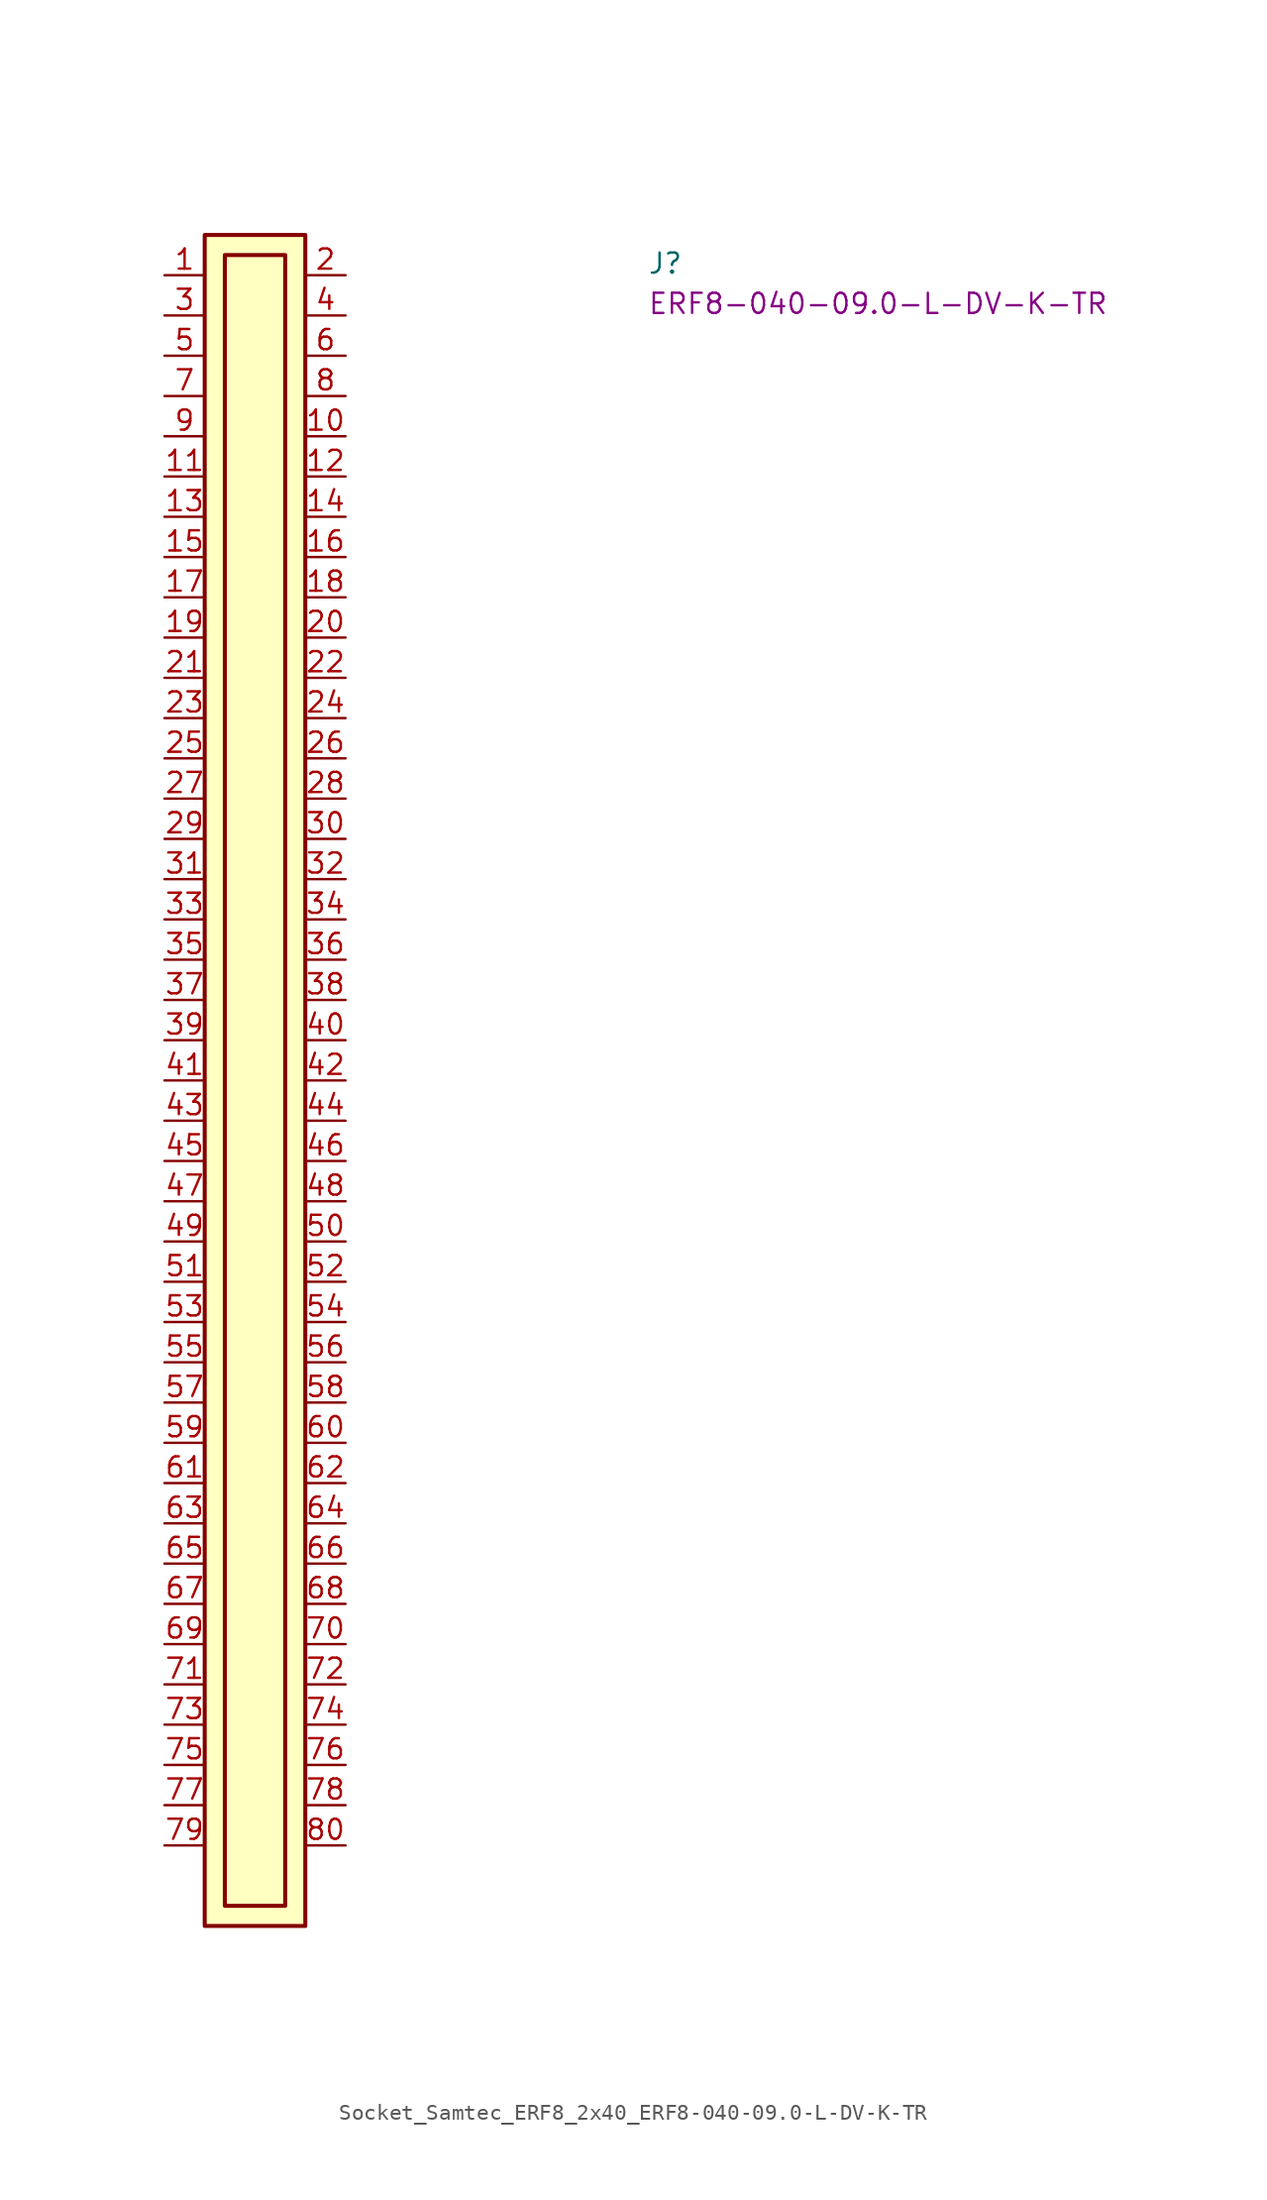
<source format=kicad_sym>
(kicad_symbol_lib
  (version 20220914)
  (generator kicad_symbol_editor)
  (symbol "Socket_Samtec_ERF8_2x40_ERF8-040-09.0-L-DV-K-TR"
    (pin_names hide)
    (property "Reference" "J"
      (at 30.48 0 0)
      (effects (font (size 1.27 1.27) (thickness 0.15)) (justify left bottom)))
    (property "MPN" "ERF8-040-09.0-L-DV-K-TR"
      (at 30.48 -2.54 0)
      (effects (font (size 1.27 1.27) (thickness 0.15)) (justify left bottom)))
    (symbol "Socket_Samtec_ERF8_2x40_ERF8-040-09.0-L-DV-K-TR_1_1"
      (rectangle (start 2.54 2.54) (end 8.89 -104.14) (stroke (width 0.254) (type default)) (fill (type background)))
      (rectangle (start 3.81 1.27) (end 7.62 -102.87) (stroke (width 0.254) (type default)) (fill (type background)))
      (pin passive line (at 0 0 0) (length 2.54) (name "~" (effects (font (size 1.27 1.27)))) (number "1" (effects (font (size 1.27 1.27)))))
      (pin passive line (at 11.43 -10.16 180) (length 2.54) (name "~" (effects (font (size 1.27 1.27)))) (number "10" (effects (font (size 1.27 1.27)))))
      (pin passive line (at 0 -12.7 0) (length 2.54) (name "~" (effects (font (size 1.27 1.27)))) (number "11" (effects (font (size 1.27 1.27)))))
      (pin passive line (at 11.43 -12.7 180) (length 2.54) (name "~" (effects (font (size 1.27 1.27)))) (number "12" (effects (font (size 1.27 1.27)))))
      (pin passive line (at 0 -15.24 0) (length 2.54) (name "~" (effects (font (size 1.27 1.27)))) (number "13" (effects (font (size 1.27 1.27)))))
      (pin passive line (at 11.43 -15.24 180) (length 2.54) (name "~" (effects (font (size 1.27 1.27)))) (number "14" (effects (font (size 1.27 1.27)))))
      (pin passive line (at 0 -17.78 0) (length 2.54) (name "~" (effects (font (size 1.27 1.27)))) (number "15" (effects (font (size 1.27 1.27)))))
      (pin passive line (at 11.43 -17.78 180) (length 2.54) (name "~" (effects (font (size 1.27 1.27)))) (number "16" (effects (font (size 1.27 1.27)))))
      (pin passive line (at 0 -20.32 0) (length 2.54) (name "~" (effects (font (size 1.27 1.27)))) (number "17" (effects (font (size 1.27 1.27)))))
      (pin passive line (at 11.43 -20.32 180) (length 2.54) (name "~" (effects (font (size 1.27 1.27)))) (number "18" (effects (font (size 1.27 1.27)))))
      (pin passive line (at 0 -22.86 0) (length 2.54) (name "~" (effects (font (size 1.27 1.27)))) (number "19" (effects (font (size 1.27 1.27)))))
      (pin passive line (at 11.43 0 180) (length 2.54) (name "~" (effects (font (size 1.27 1.27)))) (number "2" (effects (font (size 1.27 1.27)))))
      (pin passive line (at 11.43 -22.86 180) (length 2.54) (name "~" (effects (font (size 1.27 1.27)))) (number "20" (effects (font (size 1.27 1.27)))))
      (pin passive line (at 0 -25.4 0) (length 2.54) (name "~" (effects (font (size 1.27 1.27)))) (number "21" (effects (font (size 1.27 1.27)))))
      (pin passive line (at 11.43 -25.4 180) (length 2.54) (name "~" (effects (font (size 1.27 1.27)))) (number "22" (effects (font (size 1.27 1.27)))))
      (pin passive line (at 0 -27.94 0) (length 2.54) (name "~" (effects (font (size 1.27 1.27)))) (number "23" (effects (font (size 1.27 1.27)))))
      (pin passive line (at 11.43 -27.94 180) (length 2.54) (name "~" (effects (font (size 1.27 1.27)))) (number "24" (effects (font (size 1.27 1.27)))))
      (pin passive line (at 0 -30.48 0) (length 2.54) (name "~" (effects (font (size 1.27 1.27)))) (number "25" (effects (font (size 1.27 1.27)))))
      (pin passive line (at 11.43 -30.48 180) (length 2.54) (name "~" (effects (font (size 1.27 1.27)))) (number "26" (effects (font (size 1.27 1.27)))))
      (pin passive line (at 0 -33.02 0) (length 2.54) (name "~" (effects (font (size 1.27 1.27)))) (number "27" (effects (font (size 1.27 1.27)))))
      (pin passive line (at 11.43 -33.02 180) (length 2.54) (name "~" (effects (font (size 1.27 1.27)))) (number "28" (effects (font (size 1.27 1.27)))))
      (pin passive line (at 0 -35.56 0) (length 2.54) (name "~" (effects (font (size 1.27 1.27)))) (number "29" (effects (font (size 1.27 1.27)))))
      (pin passive line (at 0 -2.54 0) (length 2.54) (name "~" (effects (font (size 1.27 1.27)))) (number "3" (effects (font (size 1.27 1.27)))))
      (pin passive line (at 11.43 -35.56 180) (length 2.54) (name "~" (effects (font (size 1.27 1.27)))) (number "30" (effects (font (size 1.27 1.27)))))
      (pin passive line (at 0 -38.1 0) (length 2.54) (name "~" (effects (font (size 1.27 1.27)))) (number "31" (effects (font (size 1.27 1.27)))))
      (pin passive line (at 11.43 -38.1 180) (length 2.54) (name "~" (effects (font (size 1.27 1.27)))) (number "32" (effects (font (size 1.27 1.27)))))
      (pin passive line (at 0 -40.64 0) (length 2.54) (name "~" (effects (font (size 1.27 1.27)))) (number "33" (effects (font (size 1.27 1.27)))))
      (pin passive line (at 11.43 -40.64 180) (length 2.54) (name "~" (effects (font (size 1.27 1.27)))) (number "34" (effects (font (size 1.27 1.27)))))
      (pin passive line (at 0 -43.18 0) (length 2.54) (name "~" (effects (font (size 1.27 1.27)))) (number "35" (effects (font (size 1.27 1.27)))))
      (pin passive line (at 11.43 -43.18 180) (length 2.54) (name "~" (effects (font (size 1.27 1.27)))) (number "36" (effects (font (size 1.27 1.27)))))
      (pin passive line (at 0 -45.72 0) (length 2.54) (name "~" (effects (font (size 1.27 1.27)))) (number "37" (effects (font (size 1.27 1.27)))))
      (pin passive line (at 11.43 -45.72 180) (length 2.54) (name "~" (effects (font (size 1.27 1.27)))) (number "38" (effects (font (size 1.27 1.27)))))
      (pin passive line (at 0 -48.26 0) (length 2.54) (name "~" (effects (font (size 1.27 1.27)))) (number "39" (effects (font (size 1.27 1.27)))))
      (pin passive line (at 11.43 -2.54 180) (length 2.54) (name "~" (effects (font (size 1.27 1.27)))) (number "4" (effects (font (size 1.27 1.27)))))
      (pin passive line (at 11.43 -48.26 180) (length 2.54) (name "~" (effects (font (size 1.27 1.27)))) (number "40" (effects (font (size 1.27 1.27)))))
      (pin passive line (at 0 -50.8 0) (length 2.54) (name "~" (effects (font (size 1.27 1.27)))) (number "41" (effects (font (size 1.27 1.27)))))
      (pin passive line (at 11.43 -50.8 180) (length 2.54) (name "~" (effects (font (size 1.27 1.27)))) (number "42" (effects (font (size 1.27 1.27)))))
      (pin passive line (at 0 -53.34 0) (length 2.54) (name "~" (effects (font (size 1.27 1.27)))) (number "43" (effects (font (size 1.27 1.27)))))
      (pin passive line (at 11.43 -53.34 180) (length 2.54) (name "~" (effects (font (size 1.27 1.27)))) (number "44" (effects (font (size 1.27 1.27)))))
      (pin passive line (at 0 -55.88 0) (length 2.54) (name "~" (effects (font (size 1.27 1.27)))) (number "45" (effects (font (size 1.27 1.27)))))
      (pin passive line (at 11.43 -55.88 180) (length 2.54) (name "~" (effects (font (size 1.27 1.27)))) (number "46" (effects (font (size 1.27 1.27)))))
      (pin passive line (at 0 -58.42 0) (length 2.54) (name "~" (effects (font (size 1.27 1.27)))) (number "47" (effects (font (size 1.27 1.27)))))
      (pin passive line (at 11.43 -58.42 180) (length 2.54) (name "~" (effects (font (size 1.27 1.27)))) (number "48" (effects (font (size 1.27 1.27)))))
      (pin passive line (at 0 -60.96 0) (length 2.54) (name "~" (effects (font (size 1.27 1.27)))) (number "49" (effects (font (size 1.27 1.27)))))
      (pin passive line (at 0 -5.08 0) (length 2.54) (name "~" (effects (font (size 1.27 1.27)))) (number "5" (effects (font (size 1.27 1.27)))))
      (pin passive line (at 11.43 -60.96 180) (length 2.54) (name "~" (effects (font (size 1.27 1.27)))) (number "50" (effects (font (size 1.27 1.27)))))
      (pin passive line (at 0 -63.5 0) (length 2.54) (name "~" (effects (font (size 1.27 1.27)))) (number "51" (effects (font (size 1.27 1.27)))))
      (pin passive line (at 11.43 -63.5 180) (length 2.54) (name "~" (effects (font (size 1.27 1.27)))) (number "52" (effects (font (size 1.27 1.27)))))
      (pin passive line (at 0 -66.04 0) (length 2.54) (name "~" (effects (font (size 1.27 1.27)))) (number "53" (effects (font (size 1.27 1.27)))))
      (pin passive line (at 11.43 -66.04 180) (length 2.54) (name "~" (effects (font (size 1.27 1.27)))) (number "54" (effects (font (size 1.27 1.27)))))
      (pin passive line (at 0 -68.58 0) (length 2.54) (name "~" (effects (font (size 1.27 1.27)))) (number "55" (effects (font (size 1.27 1.27)))))
      (pin passive line (at 11.43 -68.58 180) (length 2.54) (name "~" (effects (font (size 1.27 1.27)))) (number "56" (effects (font (size 1.27 1.27)))))
      (pin passive line (at 0 -71.12 0) (length 2.54) (name "~" (effects (font (size 1.27 1.27)))) (number "57" (effects (font (size 1.27 1.27)))))
      (pin passive line (at 11.43 -71.12 180) (length 2.54) (name "~" (effects (font (size 1.27 1.27)))) (number "58" (effects (font (size 1.27 1.27)))))
      (pin passive line (at 0 -73.66 0) (length 2.54) (name "~" (effects (font (size 1.27 1.27)))) (number "59" (effects (font (size 1.27 1.27)))))
      (pin passive line (at 11.43 -5.08 180) (length 2.54) (name "~" (effects (font (size 1.27 1.27)))) (number "6" (effects (font (size 1.27 1.27)))))
      (pin passive line (at 11.43 -73.66 180) (length 2.54) (name "~" (effects (font (size 1.27 1.27)))) (number "60" (effects (font (size 1.27 1.27)))))
      (pin passive line (at 0 -76.2 0) (length 2.54) (name "~" (effects (font (size 1.27 1.27)))) (number "61" (effects (font (size 1.27 1.27)))))
      (pin passive line (at 11.43 -76.2 180) (length 2.54) (name "~" (effects (font (size 1.27 1.27)))) (number "62" (effects (font (size 1.27 1.27)))))
      (pin passive line (at 0 -78.74 0) (length 2.54) (name "~" (effects (font (size 1.27 1.27)))) (number "63" (effects (font (size 1.27 1.27)))))
      (pin passive line (at 11.43 -78.74 180) (length 2.54) (name "~" (effects (font (size 1.27 1.27)))) (number "64" (effects (font (size 1.27 1.27)))))
      (pin passive line (at 0 -81.28 0) (length 2.54) (name "~" (effects (font (size 1.27 1.27)))) (number "65" (effects (font (size 1.27 1.27)))))
      (pin passive line (at 11.43 -81.28 180) (length 2.54) (name "~" (effects (font (size 1.27 1.27)))) (number "66" (effects (font (size 1.27 1.27)))))
      (pin passive line (at 0 -83.82 0) (length 2.54) (name "~" (effects (font (size 1.27 1.27)))) (number "67" (effects (font (size 1.27 1.27)))))
      (pin passive line (at 11.43 -83.82 180) (length 2.54) (name "~" (effects (font (size 1.27 1.27)))) (number "68" (effects (font (size 1.27 1.27)))))
      (pin passive line (at 0 -86.36 0) (length 2.54) (name "~" (effects (font (size 1.27 1.27)))) (number "69" (effects (font (size 1.27 1.27)))))
      (pin passive line (at 0 -7.62 0) (length 2.54) (name "~" (effects (font (size 1.27 1.27)))) (number "7" (effects (font (size 1.27 1.27)))))
      (pin passive line (at 11.43 -86.36 180) (length 2.54) (name "~" (effects (font (size 1.27 1.27)))) (number "70" (effects (font (size 1.27 1.27)))))
      (pin passive line (at 0 -88.9 0) (length 2.54) (name "~" (effects (font (size 1.27 1.27)))) (number "71" (effects (font (size 1.27 1.27)))))
      (pin passive line (at 11.43 -88.9 180) (length 2.54) (name "~" (effects (font (size 1.27 1.27)))) (number "72" (effects (font (size 1.27 1.27)))))
      (pin passive line (at 0 -91.44 0) (length 2.54) (name "~" (effects (font (size 1.27 1.27)))) (number "73" (effects (font (size 1.27 1.27)))))
      (pin passive line (at 11.43 -91.44 180) (length 2.54) (name "~" (effects (font (size 1.27 1.27)))) (number "74" (effects (font (size 1.27 1.27)))))
      (pin passive line (at 0 -93.98 0) (length 2.54) (name "~" (effects (font (size 1.27 1.27)))) (number "75" (effects (font (size 1.27 1.27)))))
      (pin passive line (at 11.43 -93.98 180) (length 2.54) (name "~" (effects (font (size 1.27 1.27)))) (number "76" (effects (font (size 1.27 1.27)))))
      (pin passive line (at 0 -96.52 0) (length 2.54) (name "~" (effects (font (size 1.27 1.27)))) (number "77" (effects (font (size 1.27 1.27)))))
      (pin passive line (at 11.43 -96.52 180) (length 2.54) (name "~" (effects (font (size 1.27 1.27)))) (number "78" (effects (font (size 1.27 1.27)))))
      (pin passive line (at 0 -99.06 0) (length 2.54) (name "~" (effects (font (size 1.27 1.27)))) (number "79" (effects (font (size 1.27 1.27)))))
      (pin passive line (at 11.43 -7.62 180) (length 2.54) (name "~" (effects (font (size 1.27 1.27)))) (number "8" (effects (font (size 1.27 1.27)))))
      (pin passive line (at 11.43 -99.06 180) (length 2.54) (name "~" (effects (font (size 1.27 1.27)))) (number "80" (effects (font (size 1.27 1.27)))))
      (pin passive line (at 0 -10.16 0) (length 2.54) (name "~" (effects (font (size 1.27 1.27)))) (number "9" (effects (font (size 1.27 1.27))))))))
</source>
